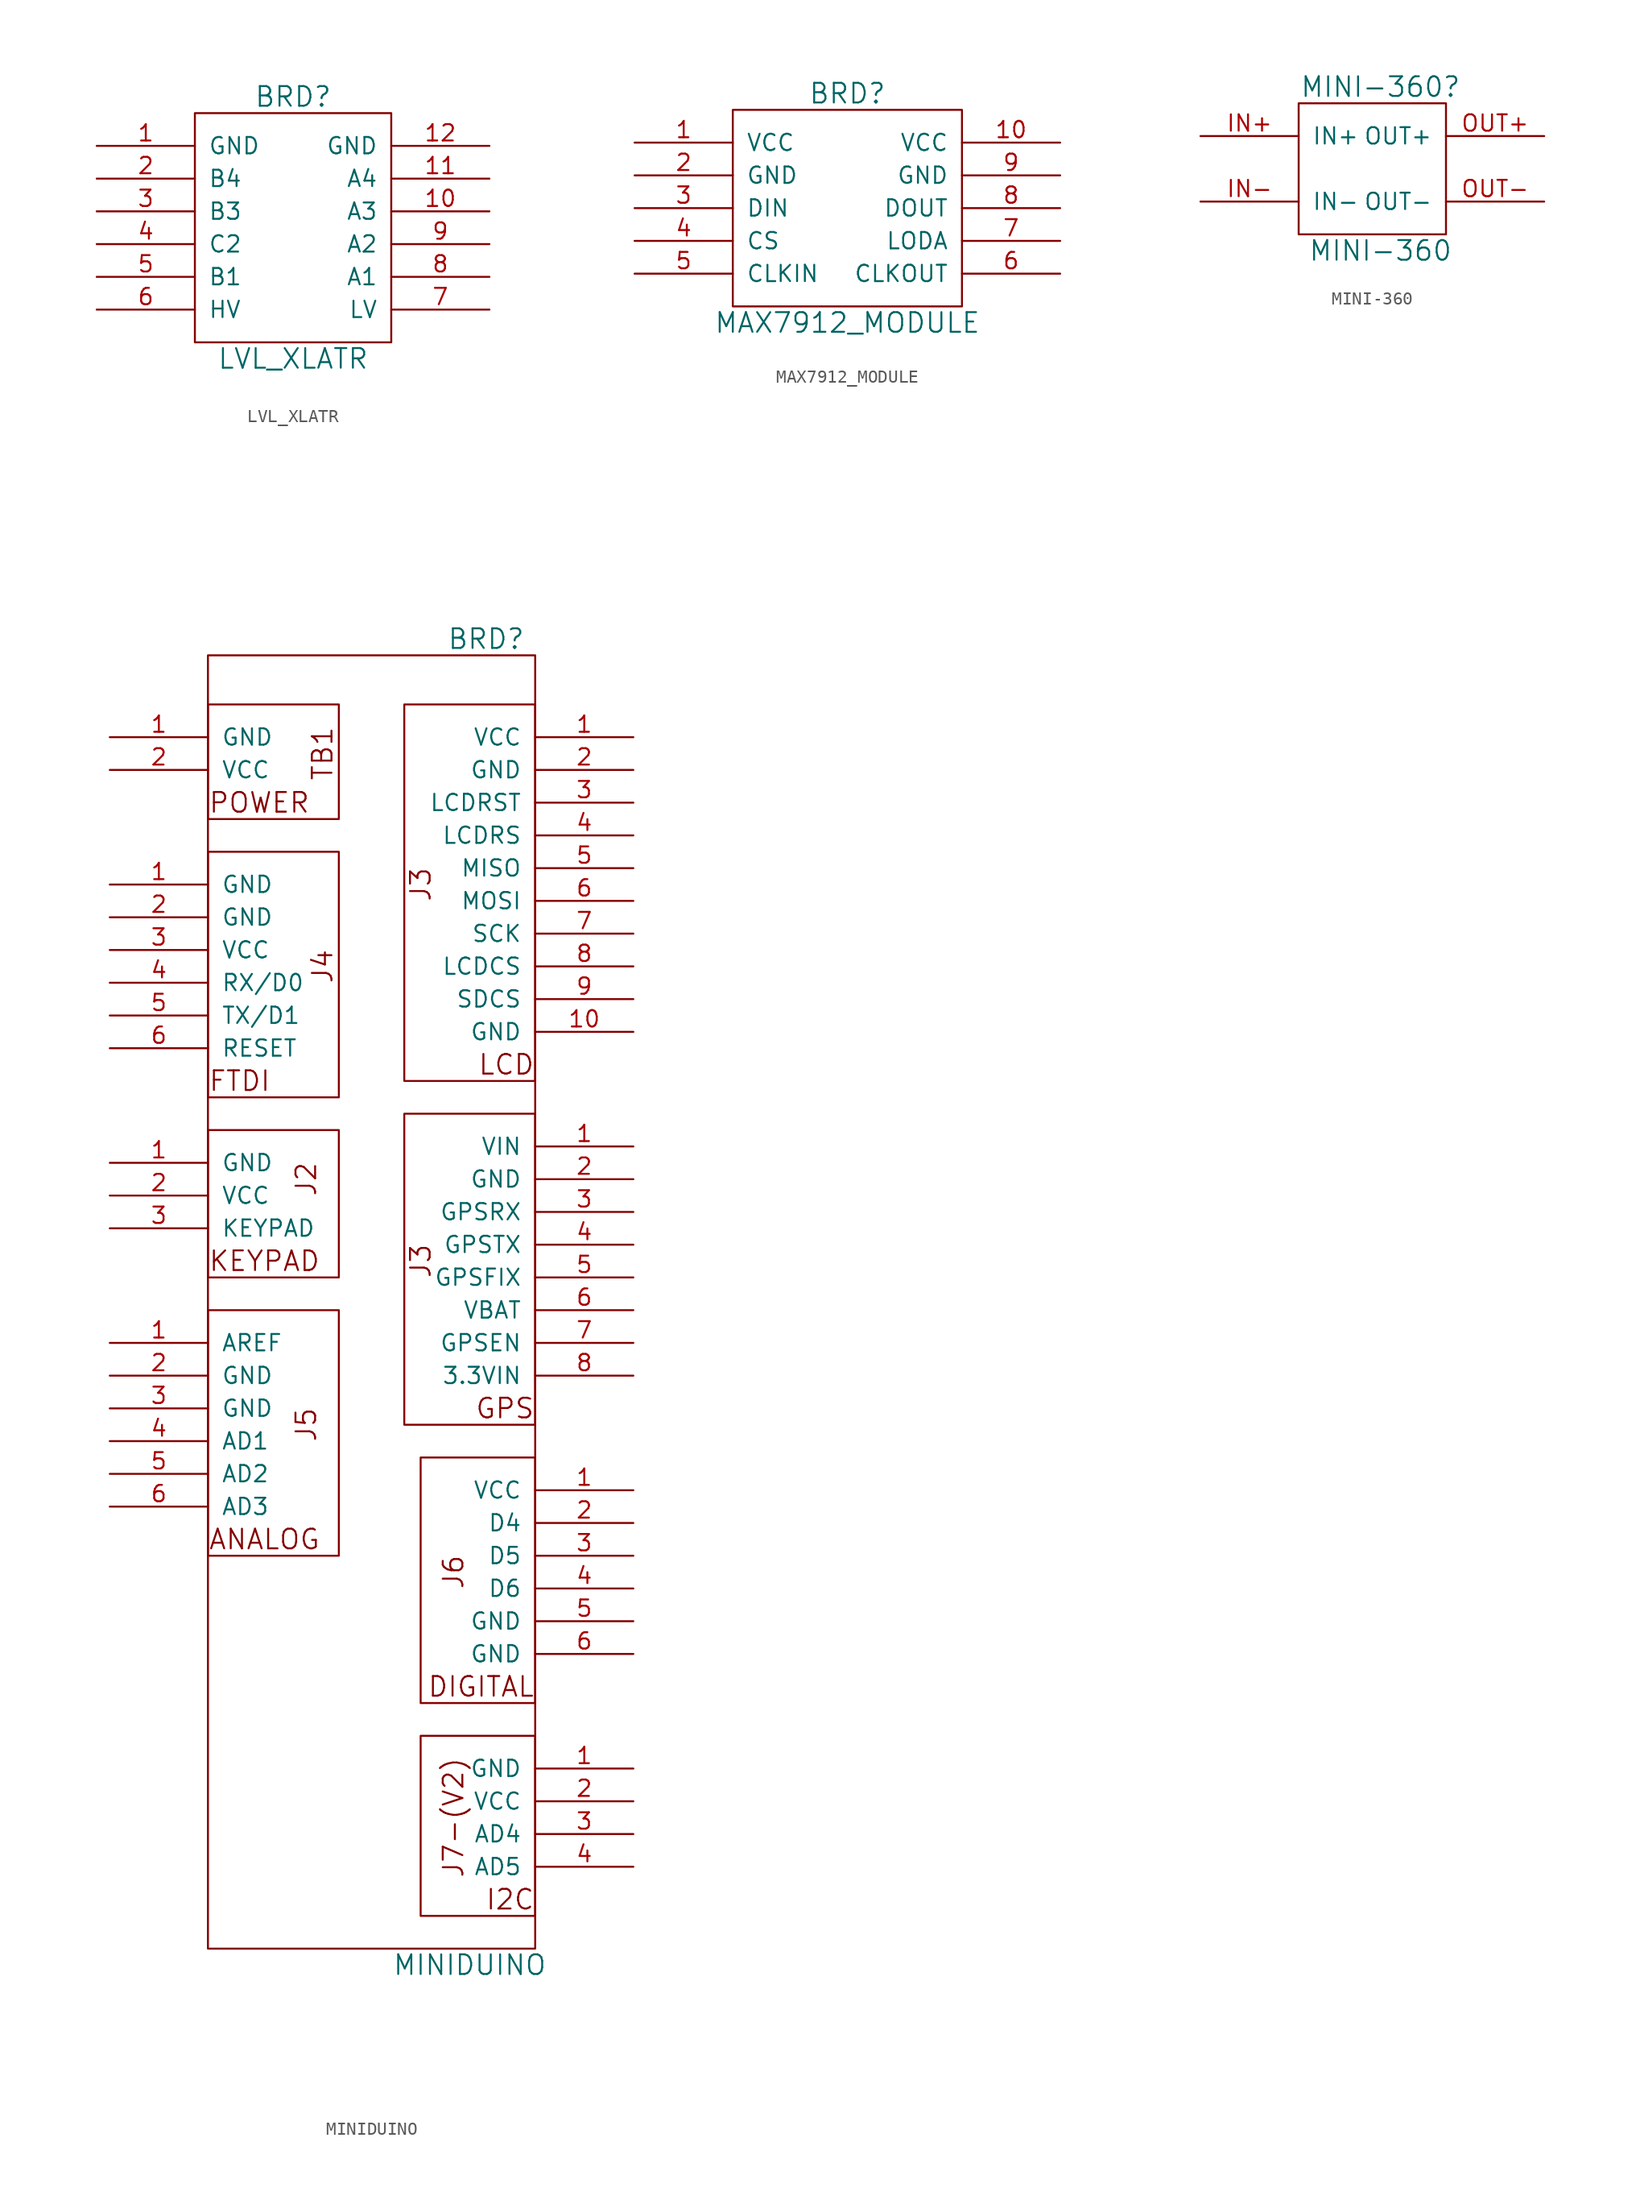
<source format=kicad_sym>
(kicad_symbol_lib
  (version 20220914)
  (generator kicad_symbol_editor)
  (symbol "LVL_XLATR"
    (pin_names
      (offset 1.016))
    (property "Reference" "BRD"
      (at 0 10.16 0)
      (effects (font (size 1.524 1.524))))
    (property "Value" "LVL_XLATR"
      (at 0 -10.16 0)
      (effects (font (size 1.524 1.524))))
    (property "Footprint" ""
      (at 2.54 -8.89 0)
      (effects (font (size 1.524 1.524))))
    (property "Datasheet" ""
      (at 2.54 -8.89 0)
      (effects (font (size 1.524 1.524))))
    (symbol "LVL_XLATR_0_0"
      (rectangle (start -7.62 8.89) (end 7.62 -8.89) (stroke (width 0) (type default)) (fill (type none))))
    (symbol "LVL_XLATR_1_1"
      (pin power_out line (at -15.24 6.35 0) (length 7.62) (name "GND" (effects (font (size 1.27 1.27)))) (number "1" (effects (font (size 1.27 1.27)))))
      (pin bidirectional line (at 15.24 1.27 180) (length 7.62) (name "A3" (effects (font (size 1.27 1.27)))) (number "10" (effects (font (size 1.27 1.27)))))
      (pin bidirectional line (at 15.24 3.81 180) (length 7.62) (name "A4" (effects (font (size 1.27 1.27)))) (number "11" (effects (font (size 1.27 1.27)))))
      (pin power_out line (at 15.24 6.35 180) (length 7.62) (name "GND" (effects (font (size 1.27 1.27)))) (number "12" (effects (font (size 1.27 1.27)))))
      (pin bidirectional line (at -15.24 3.81 0) (length 7.62) (name "B4" (effects (font (size 1.27 1.27)))) (number "2" (effects (font (size 1.27 1.27)))))
      (pin bidirectional line (at -15.24 1.27 0) (length 7.62) (name "B3" (effects (font (size 1.27 1.27)))) (number "3" (effects (font (size 1.27 1.27)))))
      (pin bidirectional line (at -15.24 -1.27 0) (length 7.62) (name "C2" (effects (font (size 1.27 1.27)))) (number "4" (effects (font (size 1.27 1.27)))))
      (pin bidirectional line (at -15.24 -3.81 0) (length 7.62) (name "B1" (effects (font (size 1.27 1.27)))) (number "5" (effects (font (size 1.27 1.27)))))
      (pin power_in line (at -15.24 -6.35 0) (length 7.62) (name "HV" (effects (font (size 1.27 1.27)))) (number "6" (effects (font (size 1.27 1.27)))))
      (pin power_in line (at 15.24 -6.35 180) (length 7.62) (name "LV" (effects (font (size 1.27 1.27)))) (number "7" (effects (font (size 1.27 1.27)))))
      (pin bidirectional line (at 15.24 -3.81 180) (length 7.62) (name "A1" (effects (font (size 1.27 1.27)))) (number "8" (effects (font (size 1.27 1.27)))))
      (pin bidirectional line (at 15.24 -1.27 180) (length 7.62) (name "A2" (effects (font (size 1.27 1.27)))) (number "9" (effects (font (size 1.27 1.27)))))))
  (symbol "MAX7912_MODULE"
    (pin_names
      (offset 1.016))
    (property "Reference" "BRD"
      (at 0 8.89 0)
      (effects (font (size 1.524 1.524))))
    (property "Value" "MAX7912_MODULE"
      (at 0 -8.89 0)
      (effects (font (size 1.524 1.524))))
    (property "Footprint" ""
      (at 0 -2.54 0)
      (effects (font (size 1.524 1.524))))
    (property "Datasheet" ""
      (at 0 -2.54 0)
      (effects (font (size 1.524 1.524))))
    (symbol "MAX7912_MODULE_0_0"
      (rectangle (start -8.89 7.62) (end 8.89 -7.62) (stroke (width 0) (type default)) (fill (type none))))
    (symbol "MAX7912_MODULE_1_1"
      (pin power_in line (at -16.51 5.08 0) (length 7.62) (name "VCC" (effects (font (size 1.27 1.27)))) (number "1" (effects (font (size 1.27 1.27)))))
      (pin power_in line (at 16.51 5.08 180) (length 7.62) (name "VCC" (effects (font (size 1.27 1.27)))) (number "10" (effects (font (size 1.27 1.27)))))
      (pin power_in line (at -16.51 2.54 0) (length 7.62) (name "GND" (effects (font (size 1.27 1.27)))) (number "2" (effects (font (size 1.27 1.27)))))
      (pin input line (at -16.51 0 0) (length 7.62) (name "DIN" (effects (font (size 1.27 1.27)))) (number "3" (effects (font (size 1.27 1.27)))))
      (pin input line (at -16.51 -2.54 0) (length 7.62) (name "CS" (effects (font (size 1.27 1.27)))) (number "4" (effects (font (size 1.27 1.27)))))
      (pin input line (at -16.51 -5.08 0) (length 7.62) (name "CLKIN" (effects (font (size 1.27 1.27)))) (number "5" (effects (font (size 1.27 1.27)))))
      (pin output line (at 16.51 -5.08 180) (length 7.62) (name "CLKOUT" (effects (font (size 1.27 1.27)))) (number "6" (effects (font (size 1.27 1.27)))))
      (pin output line (at 16.51 -2.54 180) (length 7.62) (name "LODA" (effects (font (size 1.27 1.27)))) (number "7" (effects (font (size 1.27 1.27)))))
      (pin output line (at 16.51 0 180) (length 7.62) (name "DOUT" (effects (font (size 1.27 1.27)))) (number "8" (effects (font (size 1.27 1.27)))))
      (pin power_in line (at 16.51 2.54 180) (length 7.62) (name "GND" (effects (font (size 1.27 1.27)))) (number "9" (effects (font (size 1.27 1.27)))))))
  (symbol "MINI-360"
    (pin_names
      (offset 1.016))
    (property "Reference" "MINI-360"
      (at 1.27 6.35 0)
      (effects (font (size 1.524 1.524))))
    (property "Value" "MINI-360"
      (at 1.27 -6.35 0)
      (effects (font (size 1.524 1.524))))
    (property "Footprint" ""
      (at 0 0 0)
      (effects (font (size 1.524 1.524))))
    (property "Datasheet" ""
      (at 0 0 0)
      (effects (font (size 1.524 1.524))))
    (symbol "MINI-360_0_1"
      (rectangle (start -5.08 -5.08) (end 6.35 5.08) (stroke (width 0) (type default)) (fill (type none))))
    (symbol "MINI-360_1_1"
      (pin power_in line (at -12.7 2.54 0) (length 7.62) (name "IN+" (effects (font (size 1.27 1.27)))) (number "IN+" (effects (font (size 1.27 1.27)))))
      (pin power_in line (at -12.7 -2.54 0) (length 7.62) (name "IN-" (effects (font (size 1.27 1.27)))) (number "IN-" (effects (font (size 1.27 1.27)))))
      (pin power_out line (at 13.97 2.54 180) (length 7.62) (name "OUT+" (effects (font (size 1.27 1.27)))) (number "OUT+" (effects (font (size 1.27 1.27)))))
      (pin power_out line (at 13.97 -2.54 180) (length 7.62) (name "OUT-" (effects (font (size 1.27 1.27)))) (number "OUT-" (effects (font (size 1.27 1.27)))))))
  (symbol "MINIDUINO"
    (pin_names
      (offset 1.016))
    (property "Reference" "BRD"
      (at 8.89 101.6 0)
      (effects (font (size 1.524 1.524))))
    (property "Value" "MINIDUINO"
      (at 7.62 -1.27 0)
      (effects (font (size 1.524 1.524))))
    (property "Footprint" ""
      (at 0 0 0)
      (effects (font (size 1.524 1.524))))
    (property "Datasheet" ""
      (at 0 0 0)
      (effects (font (size 1.524 1.524))))
    (symbol "MINIDUINO_0_0"
      (rectangle (start -12.7 49.53) (end -2.54 30.48) (stroke (width 0) (type default)) (fill (type none)))
      (rectangle (start -12.7 52.07) (end -2.54 63.5) (stroke (width 0) (type default)) (fill (type none)))
      (rectangle (start -12.7 66.04) (end -2.54 85.09) (stroke (width 0) (type default)) (fill (type none)))
      (rectangle (start -12.7 87.63) (end -2.54 96.52) (stroke (width 0) (type default)) (fill (type none)))
      (rectangle (start 12.7 16.51) (end 3.81 2.54) (stroke (width 0) (type default)) (fill (type none)))
      (rectangle (start 12.7 19.05) (end 3.81 38.1) (stroke (width 0) (type default)) (fill (type none)))
      (rectangle (start 12.7 40.64) (end 2.54 64.77) (stroke (width 0) (type default)) (fill (type none)))
      (rectangle (start 12.7 67.31) (end 2.54 96.52) (stroke (width 0) (type default)) (fill (type none)))
      (text "ANALOG" (at -12.7 31.75 0) (effects (font (size 1.524 1.524)) (justify left)))
      (text "DIGITAL" (at 12.7 20.32 0) (effects (font (size 1.524 1.524)) (justify right)))
      (text "FTDI" (at -12.7 67.31 0) (effects (font (size 1.524 1.524)) (justify left)))
      (text "GPS" (at 12.7 41.91 0) (effects (font (size 1.524 1.524)) (justify right)))
      (text "I2C" (at 12.7 3.81 0) (effects (font (size 1.524 1.524)) (justify right)))
      (text "J2" (at -5.08 59.69 900) (effects (font (size 1.524 1.524))))
      (text "J3" (at 3.81 53.34 900) (effects (font (size 1.524 1.524))))
      (text "J3" (at 3.81 82.55 900) (effects (font (size 1.524 1.524))))
      (text "J4" (at -3.81 76.2 900) (effects (font (size 1.524 1.524))))
      (text "J5" (at -5.08 40.64 900) (effects (font (size 1.524 1.524))))
      (text "J6" (at 6.35 29.21 900) (effects (font (size 1.524 1.524))))
      (text "J7-(V2)" (at 6.35 10.16 900) (effects (font (size 1.524 1.524))))
      (text "KEYPAD" (at -12.7 53.34 0) (effects (font (size 1.524 1.524)) (justify left)))
      (text "LCD" (at 12.7 68.58 0) (effects (font (size 1.524 1.524)) (justify right)))
      (text "POWER" (at -12.7 88.9 0) (effects (font (size 1.524 1.524)) (justify left)))
      (text "TB1" (at -3.81 92.71 900) (effects (font (size 1.524 1.524)))))
    (symbol "MINIDUINO_0_1"
      (rectangle (start -12.7 100.33) (end 12.7 0) (stroke (width 0) (type default)) (fill (type none))))
    (symbol "MINIDUINO_1_1"
      (pin power_in line (at -20.32 46.99 0) (length 7.62) (name "AREF" (effects (font (size 1.27 1.27)))) (number "1" (effects (font (size 1.27 1.27)))))
      (pin power_out line (at -20.32 60.96 0) (length 7.62) (name "GND" (effects (font (size 1.27 1.27)))) (number "1" (effects (font (size 1.27 1.27)))))
      (pin power_in line (at -20.32 82.55 0) (length 7.62) (name "GND" (effects (font (size 1.27 1.27)))) (number "1" (effects (font (size 1.27 1.27)))))
      (pin power_out line (at -20.32 93.98 0) (length 7.62) (name "GND" (effects (font (size 1.27 1.27)))) (number "1" (effects (font (size 1.27 1.27)))))
      (pin power_out line (at 20.32 13.97 180) (length 7.62) (name "GND" (effects (font (size 1.27 1.27)))) (number "1" (effects (font (size 1.27 1.27)))))
      (pin power_out line (at 20.32 35.56 180) (length 7.62) (name "VCC" (effects (font (size 1.27 1.27)))) (number "1" (effects (font (size 1.27 1.27)))))
      (pin power_out line (at 20.32 93.98 180) (length 7.62) (name "VCC" (effects (font (size 1.27 1.27)))) (number "1" (effects (font (size 1.27 1.27)))))
      (pin power_out line (at 20.32 62.23 180) (length 7.62) (name "VIN" (effects (font (size 1.27 1.27)))) (number "1" (effects (font (size 1.27 1.27)))))
      (pin power_in line (at 20.32 71.12 180) (length 7.62) (name "GND" (effects (font (size 1.27 1.27)))) (number "10" (effects (font (size 1.27 1.27)))))
      (pin bidirectional line (at 20.32 33.02 180) (length 7.62) (name "D4" (effects (font (size 1.27 1.27)))) (number "2" (effects (font (size 1.27 1.27)))))
      (pin power_out line (at -20.32 44.45 0) (length 7.62) (name "GND" (effects (font (size 1.27 1.27)))) (number "2" (effects (font (size 1.27 1.27)))))
      (pin power_in line (at -20.32 80.01 0) (length 7.62) (name "GND" (effects (font (size 1.27 1.27)))) (number "2" (effects (font (size 1.27 1.27)))))
      (pin power_out line (at 20.32 59.69 180) (length 7.62) (name "GND" (effects (font (size 1.27 1.27)))) (number "2" (effects (font (size 1.27 1.27)))))
      (pin power_out line (at 20.32 91.44 180) (length 7.62) (name "GND" (effects (font (size 1.27 1.27)))) (number "2" (effects (font (size 1.27 1.27)))))
      (pin power_out line (at -20.32 58.42 0) (length 7.62) (name "VCC" (effects (font (size 1.27 1.27)))) (number "2" (effects (font (size 1.27 1.27)))))
      (pin power_out line (at -20.32 91.44 0) (length 7.62) (name "VCC" (effects (font (size 1.27 1.27)))) (number "2" (effects (font (size 1.27 1.27)))))
      (pin power_out line (at 20.32 11.43 180) (length 7.62) (name "VCC" (effects (font (size 1.27 1.27)))) (number "2" (effects (font (size 1.27 1.27)))))
      (pin bidirectional line (at 20.32 8.89 180) (length 7.62) (name "AD4" (effects (font (size 1.27 1.27)))) (number "3" (effects (font (size 1.27 1.27)))))
      (pin bidirectional line (at 20.32 30.48 180) (length 7.62) (name "D5" (effects (font (size 1.27 1.27)))) (number "3" (effects (font (size 1.27 1.27)))))
      (pin power_out line (at -20.32 41.91 0) (length 7.62) (name "GND" (effects (font (size 1.27 1.27)))) (number "3" (effects (font (size 1.27 1.27)))))
      (pin output line (at 20.32 57.15 180) (length 7.62) (name "GPSRX" (effects (font (size 1.27 1.27)))) (number "3" (effects (font (size 1.27 1.27)))))
      (pin input line (at -20.32 55.88 0) (length 7.62) (name "KEYPAD" (effects (font (size 1.27 1.27)))) (number "3" (effects (font (size 1.27 1.27)))))
      (pin output line (at 20.32 88.9 180) (length 7.62) (name "LCDRST" (effects (font (size 1.27 1.27)))) (number "3" (effects (font (size 1.27 1.27)))))
      (pin power_in line (at -20.32 77.47 0) (length 7.62) (name "VCC" (effects (font (size 1.27 1.27)))) (number "3" (effects (font (size 1.27 1.27)))))
      (pin input line (at -20.32 39.37 0) (length 7.62) (name "AD1" (effects (font (size 1.27 1.27)))) (number "4" (effects (font (size 1.27 1.27)))))
      (pin bidirectional line (at 20.32 6.35 180) (length 7.62) (name "AD5" (effects (font (size 1.27 1.27)))) (number "4" (effects (font (size 1.27 1.27)))))
      (pin bidirectional line (at 20.32 27.94 180) (length 7.62) (name "D6" (effects (font (size 1.27 1.27)))) (number "4" (effects (font (size 1.27 1.27)))))
      (pin input line (at 20.32 54.61 180) (length 7.62) (name "GPSTX" (effects (font (size 1.27 1.27)))) (number "4" (effects (font (size 1.27 1.27)))))
      (pin output line (at 20.32 86.36 180) (length 7.62) (name "LCDRS" (effects (font (size 1.27 1.27)))) (number "4" (effects (font (size 1.27 1.27)))))
      (pin input line (at -20.32 74.93 0) (length 7.62) (name "RX/D0" (effects (font (size 1.27 1.27)))) (number "4" (effects (font (size 1.27 1.27)))))
      (pin input line (at -20.32 36.83 0) (length 7.62) (name "AD2" (effects (font (size 1.27 1.27)))) (number "5" (effects (font (size 1.27 1.27)))))
      (pin bidirectional line (at 20.32 25.4 180) (length 7.62) (name "GND" (effects (font (size 1.27 1.27)))) (number "5" (effects (font (size 1.27 1.27)))))
      (pin input line (at 20.32 52.07 180) (length 7.62) (name "GPSFIX" (effects (font (size 1.27 1.27)))) (number "5" (effects (font (size 1.27 1.27)))))
      (pin input line (at 20.32 83.82 180) (length 7.62) (name "MISO" (effects (font (size 1.27 1.27)))) (number "5" (effects (font (size 1.27 1.27)))))
      (pin output line (at -20.32 72.39 0) (length 7.62) (name "TX/D1" (effects (font (size 1.27 1.27)))) (number "5" (effects (font (size 1.27 1.27)))))
      (pin input line (at -20.32 34.29 0) (length 7.62) (name "AD3" (effects (font (size 1.27 1.27)))) (number "6" (effects (font (size 1.27 1.27)))))
      (pin bidirectional line (at 20.32 22.86 180) (length 7.62) (name "GND" (effects (font (size 1.27 1.27)))) (number "6" (effects (font (size 1.27 1.27)))))
      (pin output line (at 20.32 81.28 180) (length 7.62) (name "MOSI" (effects (font (size 1.27 1.27)))) (number "6" (effects (font (size 1.27 1.27)))))
      (pin input line (at -20.32 69.85 0) (length 7.62) (name "RESET" (effects (font (size 1.27 1.27)))) (number "6" (effects (font (size 1.27 1.27)))))
      (pin power_in line (at 20.32 49.53 180) (length 7.62) (name "VBAT" (effects (font (size 1.27 1.27)))) (number "6" (effects (font (size 1.27 1.27)))))
      (pin output line (at 20.32 46.99 180) (length 7.62) (name "GPSEN" (effects (font (size 1.27 1.27)))) (number "7" (effects (font (size 1.27 1.27)))))
      (pin output line (at 20.32 78.74 180) (length 7.62) (name "SCK" (effects (font (size 1.27 1.27)))) (number "7" (effects (font (size 1.27 1.27)))))
      (pin power_in line (at 20.32 44.45 180) (length 7.62) (name "3.3VIN" (effects (font (size 1.27 1.27)))) (number "8" (effects (font (size 1.27 1.27)))))
      (pin output line (at 20.32 76.2 180) (length 7.62) (name "LCDCS" (effects (font (size 1.27 1.27)))) (number "8" (effects (font (size 1.27 1.27)))))
      (pin output line (at 20.32 73.66 180) (length 7.62) (name "SDCS" (effects (font (size 1.27 1.27)))) (number "9" (effects (font (size 1.27 1.27))))))))
</source>
